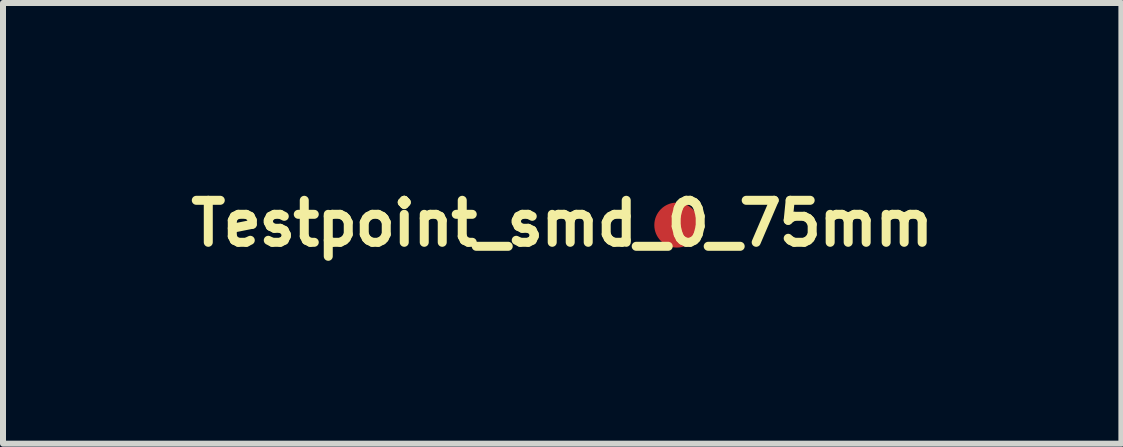
<source format=kicad_pcb>
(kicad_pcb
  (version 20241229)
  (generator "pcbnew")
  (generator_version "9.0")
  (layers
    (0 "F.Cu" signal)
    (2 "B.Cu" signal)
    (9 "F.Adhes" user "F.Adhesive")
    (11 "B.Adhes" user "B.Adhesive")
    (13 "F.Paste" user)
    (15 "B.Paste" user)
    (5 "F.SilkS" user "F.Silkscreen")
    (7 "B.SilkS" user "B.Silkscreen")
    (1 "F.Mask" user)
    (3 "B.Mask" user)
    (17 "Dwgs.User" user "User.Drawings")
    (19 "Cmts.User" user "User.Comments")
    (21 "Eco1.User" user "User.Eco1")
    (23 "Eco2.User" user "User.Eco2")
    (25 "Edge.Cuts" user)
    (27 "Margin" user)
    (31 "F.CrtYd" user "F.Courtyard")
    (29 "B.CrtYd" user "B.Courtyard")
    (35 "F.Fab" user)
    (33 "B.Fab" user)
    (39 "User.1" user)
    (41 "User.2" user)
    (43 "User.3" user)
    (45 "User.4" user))
  (footprint "Testpoint_smd_0_75mm"
    (layer "F.Cu")
    (at 8.232 0.753)
    (property "Reference" "Testpoint_smd_0_75mm" (at -1.91 -0.08 0) (layer "F.SilkS") (effects (font (size 0.7 0.7) (thickness 0.15))))
    (attr through_hole)
    (pad "1" smd circle (at 0 -0.051) (size 0.75 0.75) (layers "F.Cu" "F.Mask")))
  (gr_rect
    (start -3 -3)
    (end 15.643 4.346)
    (stroke (width 0.1) (type default))
    (fill no)
    (layer "Edge.Cuts")))
</source>
